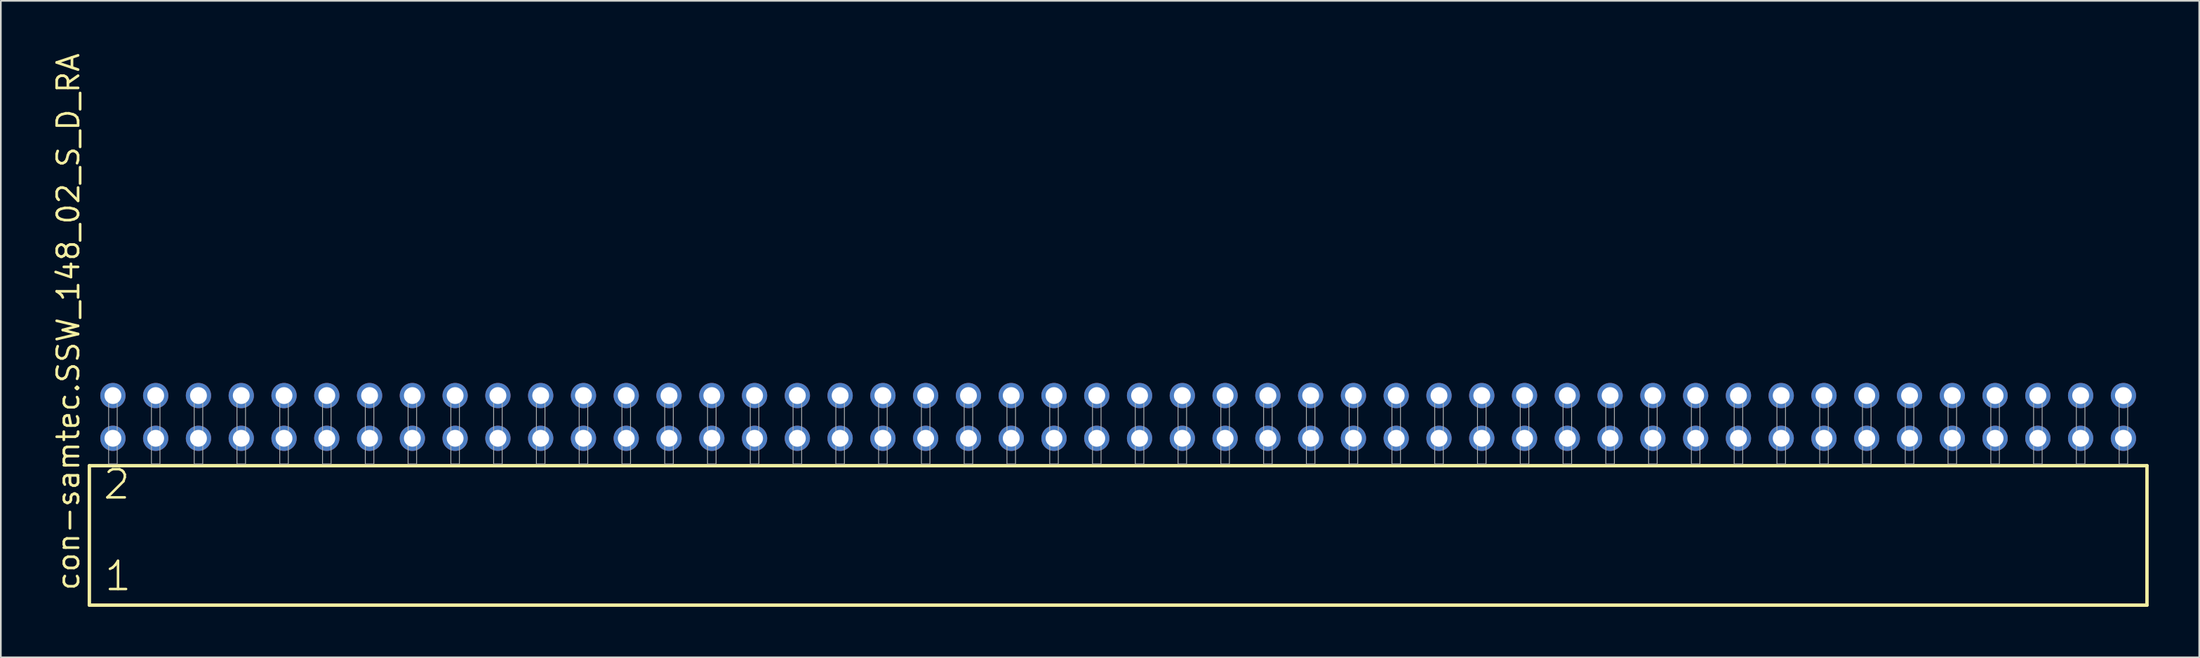
<source format=kicad_pcb>
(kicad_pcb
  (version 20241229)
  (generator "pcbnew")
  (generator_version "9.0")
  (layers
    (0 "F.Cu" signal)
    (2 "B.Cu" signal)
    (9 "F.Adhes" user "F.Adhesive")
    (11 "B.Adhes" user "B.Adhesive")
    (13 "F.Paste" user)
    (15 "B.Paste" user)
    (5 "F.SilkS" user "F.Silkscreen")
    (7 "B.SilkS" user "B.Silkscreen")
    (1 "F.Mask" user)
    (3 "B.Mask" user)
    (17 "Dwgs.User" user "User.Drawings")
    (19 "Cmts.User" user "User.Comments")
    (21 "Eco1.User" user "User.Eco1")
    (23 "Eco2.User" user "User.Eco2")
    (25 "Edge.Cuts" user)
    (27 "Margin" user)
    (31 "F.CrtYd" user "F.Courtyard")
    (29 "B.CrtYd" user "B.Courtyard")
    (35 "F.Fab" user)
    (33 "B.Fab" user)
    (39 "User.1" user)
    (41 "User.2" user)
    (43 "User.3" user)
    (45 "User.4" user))
  (footprint "con-samtec.SSW_148_02_S_D_RA"
    (layer "F.Cu")
    (at 63.345 24.537)
    (property "Reference" "con-samtec.SSW_148_02_S_D_RA" (at -61.595 7.62 90) (layer "F.SilkS") (effects (font (size 1.27 1.27) (thickness 0.16)) (justify left bottom)))
    (attr through_hole)
    (fp_line (start -61.089 0.106) (end -61.089 8.396) (stroke (width 0.203) (type default)) (layer "F.SilkS"))
    (fp_line (start -61.089 8.396) (end 61.089 8.396) (stroke (width 0.203) (type default)) (layer "F.SilkS"))
    (fp_line (start 61.089 0.106) (end -61.089 0.106) (stroke (width 0.203) (type default)) (layer "F.SilkS"))
    (fp_line (start 61.089 8.396) (end 61.089 0.106) (stroke (width 0.203) (type default)) (layer "F.SilkS"))
    (fp_rect (start -59.944 0) (end -59.436 -4.318) (stroke (width 0.05) (type default)) (fill no) (layer "F.Fab"))
    (fp_rect (start -57.404 0) (end -56.896 -4.318) (stroke (width 0.05) (type default)) (fill no) (layer "F.Fab"))
    (fp_rect (start -54.864 0) (end -54.356 -4.318) (stroke (width 0.05) (type default)) (fill no) (layer "F.Fab"))
    (fp_rect (start -52.324 0) (end -51.816 -4.318) (stroke (width 0.05) (type default)) (fill no) (layer "F.Fab"))
    (fp_rect (start -49.784 0) (end -49.276 -4.318) (stroke (width 0.05) (type default)) (fill no) (layer "F.Fab"))
    (fp_rect (start -47.244 0) (end -46.736 -4.318) (stroke (width 0.05) (type default)) (fill no) (layer "F.Fab"))
    (fp_rect (start -44.704 0) (end -44.196 -4.318) (stroke (width 0.05) (type default)) (fill no) (layer "F.Fab"))
    (fp_rect (start -42.164 0) (end -41.656 -4.318) (stroke (width 0.05) (type default)) (fill no) (layer "F.Fab"))
    (fp_rect (start -39.624 0) (end -39.116 -4.318) (stroke (width 0.05) (type default)) (fill no) (layer "F.Fab"))
    (fp_rect (start -37.084 0) (end -36.576 -4.318) (stroke (width 0.05) (type default)) (fill no) (layer "F.Fab"))
    (fp_rect (start -34.544 0) (end -34.036 -4.318) (stroke (width 0.05) (type default)) (fill no) (layer "F.Fab"))
    (fp_rect (start -32.004 0) (end -31.496 -4.318) (stroke (width 0.05) (type default)) (fill no) (layer "F.Fab"))
    (fp_rect (start -29.464 0) (end -28.956 -4.318) (stroke (width 0.05) (type default)) (fill no) (layer "F.Fab"))
    (fp_rect (start -26.924 0) (end -26.416 -4.318) (stroke (width 0.05) (type default)) (fill no) (layer "F.Fab"))
    (fp_rect (start -24.384 0) (end -23.876 -4.318) (stroke (width 0.05) (type default)) (fill no) (layer "F.Fab"))
    (fp_rect (start -21.844 0) (end -21.336 -4.318) (stroke (width 0.05) (type default)) (fill no) (layer "F.Fab"))
    (fp_rect (start -19.304 0) (end -18.796 -4.318) (stroke (width 0.05) (type default)) (fill no) (layer "F.Fab"))
    (fp_rect (start -16.764 0) (end -16.256 -4.318) (stroke (width 0.05) (type default)) (fill no) (layer "F.Fab"))
    (fp_rect (start -14.224 0) (end -13.716 -4.318) (stroke (width 0.05) (type default)) (fill no) (layer "F.Fab"))
    (fp_rect (start -11.684 0) (end -11.176 -4.318) (stroke (width 0.05) (type default)) (fill no) (layer "F.Fab"))
    (fp_rect (start -9.144 0) (end -8.636 -4.318) (stroke (width 0.05) (type default)) (fill no) (layer "F.Fab"))
    (fp_rect (start -6.604 0) (end -6.096 -4.318) (stroke (width 0.05) (type default)) (fill no) (layer "F.Fab"))
    (fp_rect (start -4.064 0) (end -3.556 -4.318) (stroke (width 0.05) (type default)) (fill no) (layer "F.Fab"))
    (fp_rect (start -1.524 0) (end -1.016 -4.318) (stroke (width 0.05) (type default)) (fill no) (layer "F.Fab"))
    (fp_rect (start 1.016 0) (end 1.524 -4.318) (stroke (width 0.05) (type default)) (fill no) (layer "F.Fab"))
    (fp_rect (start 3.556 0) (end 4.064 -4.318) (stroke (width 0.05) (type default)) (fill no) (layer "F.Fab"))
    (fp_rect (start 6.096 0) (end 6.604 -4.318) (stroke (width 0.05) (type default)) (fill no) (layer "F.Fab"))
    (fp_rect (start 8.636 0) (end 9.144 -4.318) (stroke (width 0.05) (type default)) (fill no) (layer "F.Fab"))
    (fp_rect (start 11.176 0) (end 11.684 -4.318) (stroke (width 0.05) (type default)) (fill no) (layer "F.Fab"))
    (fp_rect (start 13.716 0) (end 14.224 -4.318) (stroke (width 0.05) (type default)) (fill no) (layer "F.Fab"))
    (fp_rect (start 16.256 0) (end 16.764 -4.318) (stroke (width 0.05) (type default)) (fill no) (layer "F.Fab"))
    (fp_rect (start 18.796 0) (end 19.304 -4.318) (stroke (width 0.05) (type default)) (fill no) (layer "F.Fab"))
    (fp_rect (start 21.336 0) (end 21.844 -4.318) (stroke (width 0.05) (type default)) (fill no) (layer "F.Fab"))
    (fp_rect (start 23.876 0) (end 24.384 -4.318) (stroke (width 0.05) (type default)) (fill no) (layer "F.Fab"))
    (fp_rect (start 26.416 0) (end 26.924 -4.318) (stroke (width 0.05) (type default)) (fill no) (layer "F.Fab"))
    (fp_rect (start 28.956 0) (end 29.464 -4.318) (stroke (width 0.05) (type default)) (fill no) (layer "F.Fab"))
    (fp_rect (start 31.496 0) (end 32.004 -4.318) (stroke (width 0.05) (type default)) (fill no) (layer "F.Fab"))
    (fp_rect (start 34.036 0) (end 34.544 -4.318) (stroke (width 0.05) (type default)) (fill no) (layer "F.Fab"))
    (fp_rect (start 36.576 0) (end 37.084 -4.318) (stroke (width 0.05) (type default)) (fill no) (layer "F.Fab"))
    (fp_rect (start 39.116 0) (end 39.624 -4.318) (stroke (width 0.05) (type default)) (fill no) (layer "F.Fab"))
    (fp_rect (start 41.656 0) (end 42.164 -4.318) (stroke (width 0.05) (type default)) (fill no) (layer "F.Fab"))
    (fp_rect (start 44.196 0) (end 44.704 -4.318) (stroke (width 0.05) (type default)) (fill no) (layer "F.Fab"))
    (fp_rect (start 46.736 0) (end 47.244 -4.318) (stroke (width 0.05) (type default)) (fill no) (layer "F.Fab"))
    (fp_rect (start 49.276 0) (end 49.784 -4.318) (stroke (width 0.05) (type default)) (fill no) (layer "F.Fab"))
    (fp_rect (start 51.816 0) (end 52.324 -4.318) (stroke (width 0.05) (type default)) (fill no) (layer "F.Fab"))
    (fp_rect (start 54.356 0) (end 54.864 -4.318) (stroke (width 0.05) (type default)) (fill no) (layer "F.Fab"))
    (fp_rect (start 56.896 0) (end 57.404 -4.318) (stroke (width 0.05) (type default)) (fill no) (layer "F.Fab"))
    (fp_rect (start 59.436 0) (end 59.944 -4.318) (stroke (width 0.05) (type default)) (fill no) (layer "F.Fab"))
    (fp_text user "1" (at -60.285 7.65 0) (layer "F.SilkS") (effects (font (size 1.676 1.676) (thickness 0.15)) (justify left bottom)))
    (fp_text user "2" (at -60.36 2.2 0) (layer "F.SilkS") (effects (font (size 1.676 1.676) (thickness 0.15)) (justify left bottom)))
    (pad "1" thru_hole circle (at -59.69 -1.524) (size 1.5 1.5) (drill 1) (layers "*.Cu" "*.Mask"))
    (pad "2" thru_hole circle (at -59.69 -4.064) (size 1.5 1.5) (drill 1) (layers "*.Cu" "*.Mask"))
    (pad "3" thru_hole circle (at -57.15 -1.524) (size 1.5 1.5) (drill 1) (layers "*.Cu" "*.Mask"))
    (pad "4" thru_hole circle (at -57.15 -4.064) (size 1.5 1.5) (drill 1) (layers "*.Cu" "*.Mask"))
    (pad "5" thru_hole circle (at -54.61 -1.524) (size 1.5 1.5) (drill 1) (layers "*.Cu" "*.Mask"))
    (pad "6" thru_hole circle (at -54.61 -4.064) (size 1.5 1.5) (drill 1) (layers "*.Cu" "*.Mask"))
    (pad "7" thru_hole circle (at -52.07 -1.524) (size 1.5 1.5) (drill 1) (layers "*.Cu" "*.Mask"))
    (pad "8" thru_hole circle (at -52.07 -4.064) (size 1.5 1.5) (drill 1) (layers "*.Cu" "*.Mask"))
    (pad "9" thru_hole circle (at -49.53 -1.524) (size 1.5 1.5) (drill 1) (layers "*.Cu" "*.Mask"))
    (pad "10" thru_hole circle (at -49.53 -4.064) (size 1.5 1.5) (drill 1) (layers "*.Cu" "*.Mask"))
    (pad "11" thru_hole circle (at -46.99 -1.524) (size 1.5 1.5) (drill 1) (layers "*.Cu" "*.Mask"))
    (pad "12" thru_hole circle (at -46.99 -4.064) (size 1.5 1.5) (drill 1) (layers "*.Cu" "*.Mask"))
    (pad "13" thru_hole circle (at -44.45 -1.524) (size 1.5 1.5) (drill 1) (layers "*.Cu" "*.Mask"))
    (pad "14" thru_hole circle (at -44.45 -4.064) (size 1.5 1.5) (drill 1) (layers "*.Cu" "*.Mask"))
    (pad "15" thru_hole circle (at -41.91 -1.524) (size 1.5 1.5) (drill 1) (layers "*.Cu" "*.Mask"))
    (pad "16" thru_hole circle (at -41.91 -4.064) (size 1.5 1.5) (drill 1) (layers "*.Cu" "*.Mask"))
    (pad "17" thru_hole circle (at -39.37 -1.524) (size 1.5 1.5) (drill 1) (layers "*.Cu" "*.Mask"))
    (pad "18" thru_hole circle (at -39.37 -4.064) (size 1.5 1.5) (drill 1) (layers "*.Cu" "*.Mask"))
    (pad "19" thru_hole circle (at -36.83 -1.524) (size 1.5 1.5) (drill 1) (layers "*.Cu" "*.Mask"))
    (pad "20" thru_hole circle (at -36.83 -4.064) (size 1.5 1.5) (drill 1) (layers "*.Cu" "*.Mask"))
    (pad "21" thru_hole circle (at -34.29 -1.524) (size 1.5 1.5) (drill 1) (layers "*.Cu" "*.Mask"))
    (pad "22" thru_hole circle (at -34.29 -4.064) (size 1.5 1.5) (drill 1) (layers "*.Cu" "*.Mask"))
    (pad "23" thru_hole circle (at -31.75 -1.524) (size 1.5 1.5) (drill 1) (layers "*.Cu" "*.Mask"))
    (pad "24" thru_hole circle (at -31.75 -4.064) (size 1.5 1.5) (drill 1) (layers "*.Cu" "*.Mask"))
    (pad "25" thru_hole circle (at -29.21 -1.524) (size 1.5 1.5) (drill 1) (layers "*.Cu" "*.Mask"))
    (pad "26" thru_hole circle (at -29.21 -4.064) (size 1.5 1.5) (drill 1) (layers "*.Cu" "*.Mask"))
    (pad "27" thru_hole circle (at -26.67 -1.524) (size 1.5 1.5) (drill 1) (layers "*.Cu" "*.Mask"))
    (pad "28" thru_hole circle (at -26.67 -4.064) (size 1.5 1.5) (drill 1) (layers "*.Cu" "*.Mask"))
    (pad "29" thru_hole circle (at -24.13 -1.524) (size 1.5 1.5) (drill 1) (layers "*.Cu" "*.Mask"))
    (pad "30" thru_hole circle (at -24.13 -4.064) (size 1.5 1.5) (drill 1) (layers "*.Cu" "*.Mask"))
    (pad "31" thru_hole circle (at -21.59 -1.524) (size 1.5 1.5) (drill 1) (layers "*.Cu" "*.Mask"))
    (pad "32" thru_hole circle (at -21.59 -4.064) (size 1.5 1.5) (drill 1) (layers "*.Cu" "*.Mask"))
    (pad "33" thru_hole circle (at -19.05 -1.524) (size 1.5 1.5) (drill 1) (layers "*.Cu" "*.Mask"))
    (pad "34" thru_hole circle (at -19.05 -4.064) (size 1.5 1.5) (drill 1) (layers "*.Cu" "*.Mask"))
    (pad "35" thru_hole circle (at -16.51 -1.524) (size 1.5 1.5) (drill 1) (layers "*.Cu" "*.Mask"))
    (pad "36" thru_hole circle (at -16.51 -4.064) (size 1.5 1.5) (drill 1) (layers "*.Cu" "*.Mask"))
    (pad "37" thru_hole circle (at -13.97 -1.524) (size 1.5 1.5) (drill 1) (layers "*.Cu" "*.Mask"))
    (pad "38" thru_hole circle (at -13.97 -4.064) (size 1.5 1.5) (drill 1) (layers "*.Cu" "*.Mask"))
    (pad "39" thru_hole circle (at -11.43 -1.524) (size 1.5 1.5) (drill 1) (layers "*.Cu" "*.Mask"))
    (pad "40" thru_hole circle (at -11.43 -4.064) (size 1.5 1.5) (drill 1) (layers "*.Cu" "*.Mask"))
    (pad "41" thru_hole circle (at -8.89 -1.524) (size 1.5 1.5) (drill 1) (layers "*.Cu" "*.Mask"))
    (pad "42" thru_hole circle (at -8.89 -4.064) (size 1.5 1.5) (drill 1) (layers "*.Cu" "*.Mask"))
    (pad "43" thru_hole circle (at -6.35 -1.524) (size 1.5 1.5) (drill 1) (layers "*.Cu" "*.Mask"))
    (pad "44" thru_hole circle (at -6.35 -4.064) (size 1.5 1.5) (drill 1) (layers "*.Cu" "*.Mask"))
    (pad "45" thru_hole circle (at -3.81 -1.524) (size 1.5 1.5) (drill 1) (layers "*.Cu" "*.Mask"))
    (pad "46" thru_hole circle (at -3.81 -4.064) (size 1.5 1.5) (drill 1) (layers "*.Cu" "*.Mask"))
    (pad "47" thru_hole circle (at -1.27 -1.524) (size 1.5 1.5) (drill 1) (layers "*.Cu" "*.Mask"))
    (pad "48" thru_hole circle (at -1.27 -4.064) (size 1.5 1.5) (drill 1) (layers "*.Cu" "*.Mask"))
    (pad "49" thru_hole circle (at 1.27 -1.524) (size 1.5 1.5) (drill 1) (layers "*.Cu" "*.Mask"))
    (pad "50" thru_hole circle (at 1.27 -4.064) (size 1.5 1.5) (drill 1) (layers "*.Cu" "*.Mask"))
    (pad "51" thru_hole circle (at 3.81 -1.524) (size 1.5 1.5) (drill 1) (layers "*.Cu" "*.Mask"))
    (pad "52" thru_hole circle (at 3.81 -4.064) (size 1.5 1.5) (drill 1) (layers "*.Cu" "*.Mask"))
    (pad "53" thru_hole circle (at 6.35 -1.524) (size 1.5 1.5) (drill 1) (layers "*.Cu" "*.Mask"))
    (pad "54" thru_hole circle (at 6.35 -4.064) (size 1.5 1.5) (drill 1) (layers "*.Cu" "*.Mask"))
    (pad "55" thru_hole circle (at 8.89 -1.524) (size 1.5 1.5) (drill 1) (layers "*.Cu" "*.Mask"))
    (pad "56" thru_hole circle (at 8.89 -4.064) (size 1.5 1.5) (drill 1) (layers "*.Cu" "*.Mask"))
    (pad "57" thru_hole circle (at 11.43 -1.524) (size 1.5 1.5) (drill 1) (layers "*.Cu" "*.Mask"))
    (pad "58" thru_hole circle (at 11.43 -4.064) (size 1.5 1.5) (drill 1) (layers "*.Cu" "*.Mask"))
    (pad "59" thru_hole circle (at 13.97 -1.524) (size 1.5 1.5) (drill 1) (layers "*.Cu" "*.Mask"))
    (pad "60" thru_hole circle (at 13.97 -4.064) (size 1.5 1.5) (drill 1) (layers "*.Cu" "*.Mask"))
    (pad "61" thru_hole circle (at 16.51 -1.524) (size 1.5 1.5) (drill 1) (layers "*.Cu" "*.Mask"))
    (pad "62" thru_hole circle (at 16.51 -4.064) (size 1.5 1.5) (drill 1) (layers "*.Cu" "*.Mask"))
    (pad "63" thru_hole circle (at 19.05 -1.524) (size 1.5 1.5) (drill 1) (layers "*.Cu" "*.Mask"))
    (pad "64" thru_hole circle (at 19.05 -4.064) (size 1.5 1.5) (drill 1) (layers "*.Cu" "*.Mask"))
    (pad "65" thru_hole circle (at 21.59 -1.524) (size 1.5 1.5) (drill 1) (layers "*.Cu" "*.Mask"))
    (pad "66" thru_hole circle (at 21.59 -4.064) (size 1.5 1.5) (drill 1) (layers "*.Cu" "*.Mask"))
    (pad "67" thru_hole circle (at 24.13 -1.524) (size 1.5 1.5) (drill 1) (layers "*.Cu" "*.Mask"))
    (pad "68" thru_hole circle (at 24.13 -4.064) (size 1.5 1.5) (drill 1) (layers "*.Cu" "*.Mask"))
    (pad "69" thru_hole circle (at 26.67 -1.524) (size 1.5 1.5) (drill 1) (layers "*.Cu" "*.Mask"))
    (pad "70" thru_hole circle (at 26.67 -4.064) (size 1.5 1.5) (drill 1) (layers "*.Cu" "*.Mask"))
    (pad "71" thru_hole circle (at 29.21 -1.524) (size 1.5 1.5) (drill 1) (layers "*.Cu" "*.Mask"))
    (pad "72" thru_hole circle (at 29.21 -4.064) (size 1.5 1.5) (drill 1) (layers "*.Cu" "*.Mask"))
    (pad "73" thru_hole circle (at 31.75 -1.524) (size 1.5 1.5) (drill 1) (layers "*.Cu" "*.Mask"))
    (pad "74" thru_hole circle (at 31.75 -4.064) (size 1.5 1.5) (drill 1) (layers "*.Cu" "*.Mask"))
    (pad "75" thru_hole circle (at 34.29 -1.524) (size 1.5 1.5) (drill 1) (layers "*.Cu" "*.Mask"))
    (pad "76" thru_hole circle (at 34.29 -4.064) (size 1.5 1.5) (drill 1) (layers "*.Cu" "*.Mask"))
    (pad "77" thru_hole circle (at 36.83 -1.524) (size 1.5 1.5) (drill 1) (layers "*.Cu" "*.Mask"))
    (pad "78" thru_hole circle (at 36.83 -4.064) (size 1.5 1.5) (drill 1) (layers "*.Cu" "*.Mask"))
    (pad "79" thru_hole circle (at 39.37 -1.524) (size 1.5 1.5) (drill 1) (layers "*.Cu" "*.Mask"))
    (pad "80" thru_hole circle (at 39.37 -4.064) (size 1.5 1.5) (drill 1) (layers "*.Cu" "*.Mask"))
    (pad "81" thru_hole circle (at 41.91 -1.524) (size 1.5 1.5) (drill 1) (layers "*.Cu" "*.Mask"))
    (pad "82" thru_hole circle (at 41.91 -4.064) (size 1.5 1.5) (drill 1) (layers "*.Cu" "*.Mask"))
    (pad "83" thru_hole circle (at 44.45 -1.524) (size 1.5 1.5) (drill 1) (layers "*.Cu" "*.Mask"))
    (pad "84" thru_hole circle (at 44.45 -4.064) (size 1.5 1.5) (drill 1) (layers "*.Cu" "*.Mask"))
    (pad "85" thru_hole circle (at 46.99 -1.524) (size 1.5 1.5) (drill 1) (layers "*.Cu" "*.Mask"))
    (pad "86" thru_hole circle (at 46.99 -4.064) (size 1.5 1.5) (drill 1) (layers "*.Cu" "*.Mask"))
    (pad "87" thru_hole circle (at 49.53 -1.524) (size 1.5 1.5) (drill 1) (layers "*.Cu" "*.Mask"))
    (pad "88" thru_hole circle (at 49.53 -4.064) (size 1.5 1.5) (drill 1) (layers "*.Cu" "*.Mask"))
    (pad "89" thru_hole circle (at 52.07 -1.524) (size 1.5 1.5) (drill 1) (layers "*.Cu" "*.Mask"))
    (pad "90" thru_hole circle (at 52.07 -4.064) (size 1.5 1.5) (drill 1) (layers "*.Cu" "*.Mask"))
    (pad "91" thru_hole circle (at 54.61 -1.524) (size 1.5 1.5) (drill 1) (layers "*.Cu" "*.Mask"))
    (pad "92" thru_hole circle (at 54.61 -4.064) (size 1.5 1.5) (drill 1) (layers "*.Cu" "*.Mask"))
    (pad "93" thru_hole circle (at 57.15 -1.524) (size 1.5 1.5) (drill 1) (layers "*.Cu" "*.Mask"))
    (pad "94" thru_hole circle (at 57.15 -4.064) (size 1.5 1.5) (drill 1) (layers "*.Cu" "*.Mask"))
    (pad "95" thru_hole circle (at 59.69 -1.524) (size 1.5 1.5) (drill 1) (layers "*.Cu" "*.Mask"))
    (pad "96" thru_hole circle (at 59.69 -4.064) (size 1.5 1.5) (drill 1) (layers "*.Cu" "*.Mask")))
  (gr_rect
    (start -3 -3)
    (end 127.536 36.035)
    (stroke (width 0.1) (type default))
    (fill no)
    (layer "Edge.Cuts")))
</source>
